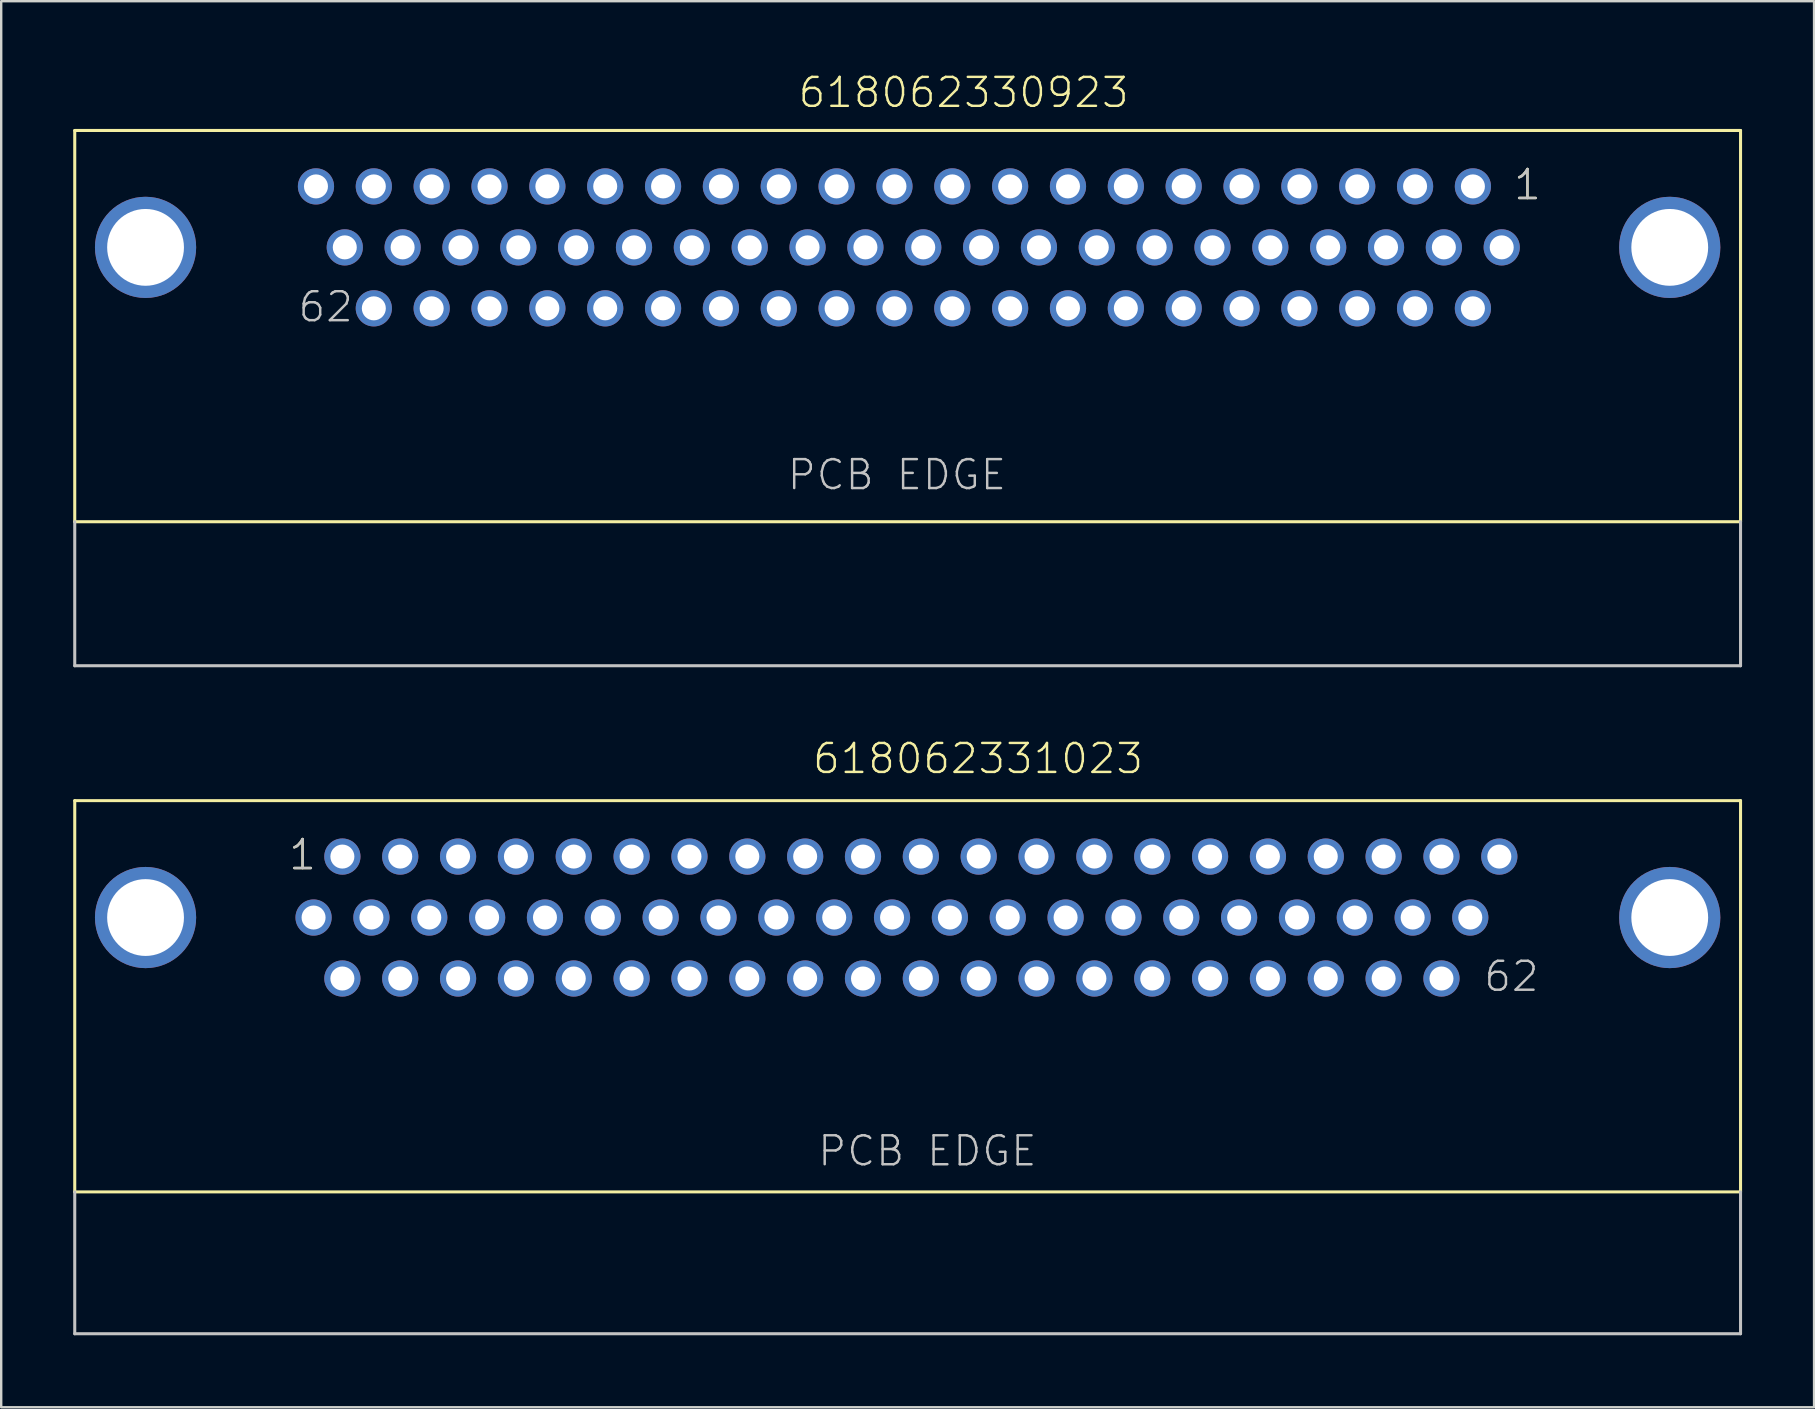
<source format=kicad_pcb>
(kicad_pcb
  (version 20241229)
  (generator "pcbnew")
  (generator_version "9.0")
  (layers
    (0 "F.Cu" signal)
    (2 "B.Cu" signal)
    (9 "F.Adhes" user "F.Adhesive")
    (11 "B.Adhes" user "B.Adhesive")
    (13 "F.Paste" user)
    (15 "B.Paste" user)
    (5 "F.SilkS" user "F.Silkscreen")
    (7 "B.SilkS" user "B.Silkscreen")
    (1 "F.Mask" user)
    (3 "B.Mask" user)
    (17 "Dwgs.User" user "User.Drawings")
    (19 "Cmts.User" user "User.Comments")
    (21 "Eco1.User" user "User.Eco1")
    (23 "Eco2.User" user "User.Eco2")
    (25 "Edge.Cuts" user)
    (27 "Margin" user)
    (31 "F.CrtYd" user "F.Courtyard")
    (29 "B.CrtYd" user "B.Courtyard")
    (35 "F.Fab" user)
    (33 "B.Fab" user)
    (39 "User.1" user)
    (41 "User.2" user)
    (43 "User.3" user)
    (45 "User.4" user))
  (footprint "618062330923"
    (layer "F.Cu")
    (at 34.764 7.256)
    (property "Reference" "618062330923" (at -4.625 -5.745 0) (layer "F.SilkS") (effects (font (size 1.206 1.206) (thickness 0.102)) (justify left bottom)))
    (attr through_hole)
    (fp_line (start -34.7 -4.87) (end 34.7 -4.87) (stroke (width 0.127) (type solid)) (layer "F.SilkS"))
    (fp_line (start -34.7 11.43) (end -34.7 -4.87) (stroke (width 0.127) (type solid)) (layer "F.SilkS"))
    (fp_line (start 34.7 -4.87) (end 34.7 11.43) (stroke (width 0.127) (type solid)) (layer "F.SilkS"))
    (fp_line (start 34.7 11.43) (end -34.7 11.43) (stroke (width 0.127) (type solid)) (layer "F.SilkS"))
    (fp_line (start -34.7 17.43) (end -34.7 11.43) (stroke (width 0.127) (type solid)) (layer "Dwgs.User"))
    (fp_line (start 34.7 11.43) (end 34.7 17.43) (stroke (width 0.127) (type solid)) (layer "Dwgs.User"))
    (fp_line (start 34.7 17.43) (end -34.7 17.43) (stroke (width 0.127) (type solid)) (layer "Dwgs.User"))
    (fp_text user "1" (at 25.18 -1.905 0) (layer "F.SilkS") (effects (font (size 1.206 1.206) (thickness 0.102)) (justify left bottom)))
    (fp_text user "62" (at -25.46 3.185 0) (layer "Dwgs.User") (effects (font (size 1.206 1.206) (thickness 0.102)) (justify left bottom)))
    (fp_text user "1" (at 25.18 -1.905 0) (layer "Dwgs.User") (effects (font (size 1.206 1.206) (thickness 0.102)) (justify left bottom)))
    (fp_text user "PCB EDGE" (at -5.08 10.18 0) (layer "Dwgs.User") (effects (font (size 1.206 1.206) (thickness 0.102)) (justify left bottom)))
    (pad "1" thru_hole circle (at 23.55 -2.54) (size 1.508 1.508) (drill 1) (layers "*.Cu" "*.Mask"))
    (pad "2" thru_hole circle (at 21.14 -2.54) (size 1.508 1.508) (drill 1) (layers "*.Cu" "*.Mask"))
    (pad "3" thru_hole circle (at 18.73 -2.54) (size 1.508 1.508) (drill 1) (layers "*.Cu" "*.Mask"))
    (pad "4" thru_hole circle (at 16.32 -2.54) (size 1.508 1.508) (drill 1) (layers "*.Cu" "*.Mask"))
    (pad "5" thru_hole circle (at 13.91 -2.54) (size 1.508 1.508) (drill 1) (layers "*.Cu" "*.Mask"))
    (pad "6" thru_hole circle (at 11.5 -2.54) (size 1.508 1.508) (drill 1) (layers "*.Cu" "*.Mask"))
    (pad "7" thru_hole circle (at 9.09 -2.54) (size 1.508 1.508) (drill 1) (layers "*.Cu" "*.Mask"))
    (pad "8" thru_hole circle (at 6.68 -2.54) (size 1.508 1.508) (drill 1) (layers "*.Cu" "*.Mask"))
    (pad "9" thru_hole circle (at 4.27 -2.54) (size 1.508 1.508) (drill 1) (layers "*.Cu" "*.Mask"))
    (pad "10" thru_hole circle (at 1.86 -2.54) (size 1.508 1.508) (drill 1) (layers "*.Cu" "*.Mask"))
    (pad "11" thru_hole circle (at -0.55 -2.54) (size 1.508 1.508) (drill 1) (layers "*.Cu" "*.Mask"))
    (pad "12" thru_hole circle (at -2.96 -2.54) (size 1.508 1.508) (drill 1) (layers "*.Cu" "*.Mask"))
    (pad "13" thru_hole circle (at -5.37 -2.54) (size 1.508 1.508) (drill 1) (layers "*.Cu" "*.Mask"))
    (pad "14" thru_hole circle (at -7.78 -2.54) (size 1.508 1.508) (drill 1) (layers "*.Cu" "*.Mask"))
    (pad "15" thru_hole circle (at -10.19 -2.54) (size 1.508 1.508) (drill 1) (layers "*.Cu" "*.Mask"))
    (pad "16" thru_hole circle (at -12.6 -2.54) (size 1.508 1.508) (drill 1) (layers "*.Cu" "*.Mask"))
    (pad "17" thru_hole circle (at -15.01 -2.54) (size 1.508 1.508) (drill 1) (layers "*.Cu" "*.Mask"))
    (pad "18" thru_hole circle (at -17.42 -2.54) (size 1.508 1.508) (drill 1) (layers "*.Cu" "*.Mask"))
    (pad "19" thru_hole circle (at -19.83 -2.54) (size 1.508 1.508) (drill 1) (layers "*.Cu" "*.Mask"))
    (pad "20" thru_hole circle (at -22.24 -2.54) (size 1.508 1.508) (drill 1) (layers "*.Cu" "*.Mask"))
    (pad "21" thru_hole circle (at -24.65 -2.54) (size 1.508 1.508) (drill 1) (layers "*.Cu" "*.Mask"))
    (pad "22" thru_hole circle (at 24.75 0) (size 1.508 1.508) (drill 1) (layers "*.Cu" "*.Mask"))
    (pad "23" thru_hole circle (at 22.34 0) (size 1.508 1.508) (drill 1) (layers "*.Cu" "*.Mask"))
    (pad "24" thru_hole circle (at 19.93 0) (size 1.508 1.508) (drill 1) (layers "*.Cu" "*.Mask"))
    (pad "25" thru_hole circle (at 17.52 0) (size 1.508 1.508) (drill 1) (layers "*.Cu" "*.Mask"))
    (pad "26" thru_hole circle (at 15.11 0) (size 1.508 1.508) (drill 1) (layers "*.Cu" "*.Mask"))
    (pad "27" thru_hole circle (at 12.7 0) (size 1.508 1.508) (drill 1) (layers "*.Cu" "*.Mask"))
    (pad "28" thru_hole circle (at 10.29 0) (size 1.508 1.508) (drill 1) (layers "*.Cu" "*.Mask"))
    (pad "29" thru_hole circle (at 7.88 0) (size 1.508 1.508) (drill 1) (layers "*.Cu" "*.Mask"))
    (pad "30" thru_hole circle (at 5.47 0) (size 1.508 1.508) (drill 1) (layers "*.Cu" "*.Mask"))
    (pad "31" thru_hole circle (at 3.06 0) (size 1.508 1.508) (drill 1) (layers "*.Cu" "*.Mask"))
    (pad "32" thru_hole circle (at 0.65 0) (size 1.508 1.508) (drill 1) (layers "*.Cu" "*.Mask"))
    (pad "33" thru_hole circle (at -1.76 0) (size 1.508 1.508) (drill 1) (layers "*.Cu" "*.Mask"))
    (pad "34" thru_hole circle (at -4.17 0) (size 1.508 1.508) (drill 1) (layers "*.Cu" "*.Mask"))
    (pad "35" thru_hole circle (at -6.58 0) (size 1.508 1.508) (drill 1) (layers "*.Cu" "*.Mask"))
    (pad "36" thru_hole circle (at -8.99 0) (size 1.508 1.508) (drill 1) (layers "*.Cu" "*.Mask"))
    (pad "37" thru_hole circle (at -11.4 0) (size 1.508 1.508) (drill 1) (layers "*.Cu" "*.Mask"))
    (pad "38" thru_hole circle (at -13.81 0) (size 1.508 1.508) (drill 1) (layers "*.Cu" "*.Mask"))
    (pad "39" thru_hole circle (at -16.22 0) (size 1.508 1.508) (drill 1) (layers "*.Cu" "*.Mask"))
    (pad "40" thru_hole circle (at -18.63 0) (size 1.508 1.508) (drill 1) (layers "*.Cu" "*.Mask"))
    (pad "41" thru_hole circle (at -21.04 0) (size 1.508 1.508) (drill 1) (layers "*.Cu" "*.Mask"))
    (pad "42" thru_hole circle (at -23.45 0) (size 1.508 1.508) (drill 1) (layers "*.Cu" "*.Mask"))
    (pad "43" thru_hole circle (at 23.55 2.54) (size 1.508 1.508) (drill 1) (layers "*.Cu" "*.Mask"))
    (pad "44" thru_hole circle (at 21.14 2.54) (size 1.508 1.508) (drill 1) (layers "*.Cu" "*.Mask"))
    (pad "45" thru_hole circle (at 18.73 2.54) (size 1.508 1.508) (drill 1) (layers "*.Cu" "*.Mask"))
    (pad "46" thru_hole circle (at 16.32 2.54) (size 1.508 1.508) (drill 1) (layers "*.Cu" "*.Mask"))
    (pad "47" thru_hole circle (at 13.91 2.54) (size 1.508 1.508) (drill 1) (layers "*.Cu" "*.Mask"))
    (pad "48" thru_hole circle (at 11.5 2.54) (size 1.508 1.508) (drill 1) (layers "*.Cu" "*.Mask"))
    (pad "49" thru_hole circle (at 9.09 2.54) (size 1.508 1.508) (drill 1) (layers "*.Cu" "*.Mask"))
    (pad "50" thru_hole circle (at 6.68 2.54) (size 1.508 1.508) (drill 1) (layers "*.Cu" "*.Mask"))
    (pad "51" thru_hole circle (at 4.27 2.54) (size 1.508 1.508) (drill 1) (layers "*.Cu" "*.Mask"))
    (pad "52" thru_hole circle (at 1.86 2.54) (size 1.508 1.508) (drill 1) (layers "*.Cu" "*.Mask"))
    (pad "53" thru_hole circle (at -0.55 2.54) (size 1.508 1.508) (drill 1) (layers "*.Cu" "*.Mask"))
    (pad "54" thru_hole circle (at -2.96 2.54) (size 1.508 1.508) (drill 1) (layers "*.Cu" "*.Mask"))
    (pad "55" thru_hole circle (at -5.37 2.54) (size 1.508 1.508) (drill 1) (layers "*.Cu" "*.Mask"))
    (pad "56" thru_hole circle (at -7.78 2.54) (size 1.508 1.508) (drill 1) (layers "*.Cu" "*.Mask"))
    (pad "57" thru_hole circle (at -10.19 2.54) (size 1.508 1.508) (drill 1) (layers "*.Cu" "*.Mask"))
    (pad "58" thru_hole circle (at -12.6 2.54) (size 1.508 1.508) (drill 1) (layers "*.Cu" "*.Mask"))
    (pad "59" thru_hole circle (at -15.01 2.54) (size 1.508 1.508) (drill 1) (layers "*.Cu" "*.Mask"))
    (pad "60" thru_hole circle (at -17.42 2.54) (size 1.508 1.508) (drill 1) (layers "*.Cu" "*.Mask"))
    (pad "61" thru_hole circle (at -19.83 2.54) (size 1.508 1.508) (drill 1) (layers "*.Cu" "*.Mask"))
    (pad "62" thru_hole circle (at -22.24 2.54) (size 1.508 1.508) (drill 1) (layers "*.Cu" "*.Mask"))
    (pad "SHEL" thru_hole circle (at -31.75 0) (size 4.216 4.216) (drill 3.2) (layers "*.Cu" "*.Mask"))
    (pad "SHEL" thru_hole circle (at 31.75 0) (size 4.216 4.216) (drill 3.2) (layers "*.Cu" "*.Mask")))
  (footprint "618062331023"
    (layer "F.Cu")
    (at 34.764 35.176)
    (property "Reference" "618062331023" (at -4.025 -5.915 0) (layer "F.SilkS") (effects (font (size 1.206 1.206) (thickness 0.102)) (justify left bottom)))
    (attr through_hole)
    (fp_line (start -34.7 -4.87) (end 34.7 -4.87) (stroke (width 0.127) (type solid)) (layer "F.SilkS"))
    (fp_line (start -34.7 11.43) (end -34.7 -4.87) (stroke (width 0.127) (type solid)) (layer "F.SilkS"))
    (fp_line (start 34.7 -4.87) (end 34.7 11.43) (stroke (width 0.127) (type solid)) (layer "F.SilkS"))
    (fp_line (start 34.7 11.43) (end -34.7 11.43) (stroke (width 0.127) (type solid)) (layer "F.SilkS"))
    (fp_line (start -34.7 17.34) (end -34.7 11.43) (stroke (width 0.127) (type solid)) (layer "Dwgs.User"))
    (fp_line (start 34.7 11.43) (end 34.7 17.34) (stroke (width 0.127) (type solid)) (layer "Dwgs.User"))
    (fp_line (start 34.7 17.34) (end -34.7 17.34) (stroke (width 0.127) (type solid)) (layer "Dwgs.User"))
    (fp_text user "1" (at -25.85 -1.91 0) (layer "F.SilkS") (effects (font (size 1.206 1.206) (thickness 0.102)) (justify left bottom)))
    (fp_text user "62" (at 23.94 3.16 0) (layer "Dwgs.User") (effects (font (size 1.206 1.206) (thickness 0.102)) (justify left bottom)))
    (fp_text user "1" (at -25.85 -1.91 0) (layer "Dwgs.User") (effects (font (size 1.206 1.206) (thickness 0.102)) (justify left bottom)))
    (fp_text user "PCB EDGE" (at -3.81 10.43 0) (layer "Dwgs.User") (effects (font (size 1.206 1.206) (thickness 0.102)) (justify left bottom)))
    (pad "1" thru_hole circle (at -23.55 -2.54) (size 1.508 1.508) (drill 1) (layers "*.Cu" "*.Mask"))
    (pad "2" thru_hole circle (at -21.14 -2.54) (size 1.508 1.508) (drill 1) (layers "*.Cu" "*.Mask"))
    (pad "3" thru_hole circle (at -18.73 -2.54) (size 1.508 1.508) (drill 1) (layers "*.Cu" "*.Mask"))
    (pad "4" thru_hole circle (at -16.32 -2.54) (size 1.508 1.508) (drill 1) (layers "*.Cu" "*.Mask"))
    (pad "5" thru_hole circle (at -13.91 -2.54) (size 1.508 1.508) (drill 1) (layers "*.Cu" "*.Mask"))
    (pad "6" thru_hole circle (at -11.5 -2.54) (size 1.508 1.508) (drill 1) (layers "*.Cu" "*.Mask"))
    (pad "7" thru_hole circle (at -9.09 -2.54) (size 1.508 1.508) (drill 1) (layers "*.Cu" "*.Mask"))
    (pad "8" thru_hole circle (at -6.68 -2.54) (size 1.508 1.508) (drill 1) (layers "*.Cu" "*.Mask"))
    (pad "9" thru_hole circle (at -4.27 -2.54) (size 1.508 1.508) (drill 1) (layers "*.Cu" "*.Mask"))
    (pad "10" thru_hole circle (at -1.86 -2.54) (size 1.508 1.508) (drill 1) (layers "*.Cu" "*.Mask"))
    (pad "11" thru_hole circle (at 0.55 -2.54) (size 1.508 1.508) (drill 1) (layers "*.Cu" "*.Mask"))
    (pad "12" thru_hole circle (at 2.96 -2.54) (size 1.508 1.508) (drill 1) (layers "*.Cu" "*.Mask"))
    (pad "13" thru_hole circle (at 5.37 -2.54) (size 1.508 1.508) (drill 1) (layers "*.Cu" "*.Mask"))
    (pad "14" thru_hole circle (at 7.78 -2.54) (size 1.508 1.508) (drill 1) (layers "*.Cu" "*.Mask"))
    (pad "15" thru_hole circle (at 10.19 -2.54) (size 1.508 1.508) (drill 1) (layers "*.Cu" "*.Mask"))
    (pad "16" thru_hole circle (at 12.6 -2.54) (size 1.508 1.508) (drill 1) (layers "*.Cu" "*.Mask"))
    (pad "17" thru_hole circle (at 15.01 -2.54) (size 1.508 1.508) (drill 1) (layers "*.Cu" "*.Mask"))
    (pad "18" thru_hole circle (at 17.42 -2.54) (size 1.508 1.508) (drill 1) (layers "*.Cu" "*.Mask"))
    (pad "19" thru_hole circle (at 19.83 -2.54) (size 1.508 1.508) (drill 1) (layers "*.Cu" "*.Mask"))
    (pad "20" thru_hole circle (at 22.24 -2.54) (size 1.508 1.508) (drill 1) (layers "*.Cu" "*.Mask"))
    (pad "21" thru_hole circle (at 24.65 -2.54) (size 1.508 1.508) (drill 1) (layers "*.Cu" "*.Mask"))
    (pad "22" thru_hole circle (at -24.75 0) (size 1.508 1.508) (drill 1) (layers "*.Cu" "*.Mask"))
    (pad "23" thru_hole circle (at -22.34 0) (size 1.508 1.508) (drill 1) (layers "*.Cu" "*.Mask"))
    (pad "24" thru_hole circle (at -19.93 0) (size 1.508 1.508) (drill 1) (layers "*.Cu" "*.Mask"))
    (pad "25" thru_hole circle (at -17.52 0) (size 1.508 1.508) (drill 1) (layers "*.Cu" "*.Mask"))
    (pad "26" thru_hole circle (at -15.11 0) (size 1.508 1.508) (drill 1) (layers "*.Cu" "*.Mask"))
    (pad "27" thru_hole circle (at -12.7 0) (size 1.508 1.508) (drill 1) (layers "*.Cu" "*.Mask"))
    (pad "28" thru_hole circle (at -10.29 0) (size 1.508 1.508) (drill 1) (layers "*.Cu" "*.Mask"))
    (pad "29" thru_hole circle (at -7.88 0) (size 1.508 1.508) (drill 1) (layers "*.Cu" "*.Mask"))
    (pad "30" thru_hole circle (at -5.47 0) (size 1.508 1.508) (drill 1) (layers "*.Cu" "*.Mask"))
    (pad "31" thru_hole circle (at -3.06 0) (size 1.508 1.508) (drill 1) (layers "*.Cu" "*.Mask"))
    (pad "32" thru_hole circle (at -0.65 0) (size 1.508 1.508) (drill 1) (layers "*.Cu" "*.Mask"))
    (pad "33" thru_hole circle (at 1.76 0) (size 1.508 1.508) (drill 1) (layers "*.Cu" "*.Mask"))
    (pad "34" thru_hole circle (at 4.17 0) (size 1.508 1.508) (drill 1) (layers "*.Cu" "*.Mask"))
    (pad "35" thru_hole circle (at 6.58 0) (size 1.508 1.508) (drill 1) (layers "*.Cu" "*.Mask"))
    (pad "36" thru_hole circle (at 8.99 0) (size 1.508 1.508) (drill 1) (layers "*.Cu" "*.Mask"))
    (pad "37" thru_hole circle (at 11.4 0) (size 1.508 1.508) (drill 1) (layers "*.Cu" "*.Mask"))
    (pad "38" thru_hole circle (at 13.81 0) (size 1.508 1.508) (drill 1) (layers "*.Cu" "*.Mask"))
    (pad "39" thru_hole circle (at 16.22 0) (size 1.508 1.508) (drill 1) (layers "*.Cu" "*.Mask"))
    (pad "40" thru_hole circle (at 18.63 0) (size 1.508 1.508) (drill 1) (layers "*.Cu" "*.Mask"))
    (pad "41" thru_hole circle (at 21.04 0) (size 1.508 1.508) (drill 1) (layers "*.Cu" "*.Mask"))
    (pad "42" thru_hole circle (at 23.44 0) (size 1.508 1.508) (drill 1) (layers "*.Cu" "*.Mask"))
    (pad "43" thru_hole circle (at -23.55 2.54) (size 1.508 1.508) (drill 1) (layers "*.Cu" "*.Mask"))
    (pad "44" thru_hole circle (at -21.14 2.54) (size 1.508 1.508) (drill 1) (layers "*.Cu" "*.Mask"))
    (pad "45" thru_hole circle (at -18.73 2.54) (size 1.508 1.508) (drill 1) (layers "*.Cu" "*.Mask"))
    (pad "46" thru_hole circle (at -16.32 2.54) (size 1.508 1.508) (drill 1) (layers "*.Cu" "*.Mask"))
    (pad "47" thru_hole circle (at -13.91 2.54) (size 1.508 1.508) (drill 1) (layers "*.Cu" "*.Mask"))
    (pad "48" thru_hole circle (at -11.5 2.54) (size 1.508 1.508) (drill 1) (layers "*.Cu" "*.Mask"))
    (pad "49" thru_hole circle (at -9.09 2.54) (size 1.508 1.508) (drill 1) (layers "*.Cu" "*.Mask"))
    (pad "50" thru_hole circle (at -6.68 2.54) (size 1.508 1.508) (drill 1) (layers "*.Cu" "*.Mask"))
    (pad "51" thru_hole circle (at -4.27 2.54) (size 1.508 1.508) (drill 1) (layers "*.Cu" "*.Mask"))
    (pad "52" thru_hole circle (at -1.86 2.54) (size 1.508 1.508) (drill 1) (layers "*.Cu" "*.Mask"))
    (pad "53" thru_hole circle (at 0.55 2.54) (size 1.508 1.508) (drill 1) (layers "*.Cu" "*.Mask"))
    (pad "54" thru_hole circle (at 2.96 2.54) (size 1.508 1.508) (drill 1) (layers "*.Cu" "*.Mask"))
    (pad "55" thru_hole circle (at 5.37 2.54) (size 1.508 1.508) (drill 1) (layers "*.Cu" "*.Mask"))
    (pad "56" thru_hole circle (at 7.78 2.54) (size 1.508 1.508) (drill 1) (layers "*.Cu" "*.Mask"))
    (pad "57" thru_hole circle (at 10.19 2.54) (size 1.508 1.508) (drill 1) (layers "*.Cu" "*.Mask"))
    (pad "58" thru_hole circle (at 12.6 2.54) (size 1.508 1.508) (drill 1) (layers "*.Cu" "*.Mask"))
    (pad "59" thru_hole circle (at 15.01 2.54) (size 1.508 1.508) (drill 1) (layers "*.Cu" "*.Mask"))
    (pad "60" thru_hole circle (at 17.42 2.54) (size 1.508 1.508) (drill 1) (layers "*.Cu" "*.Mask"))
    (pad "61" thru_hole circle (at 19.83 2.54) (size 1.508 1.508) (drill 1) (layers "*.Cu" "*.Mask"))
    (pad "62" thru_hole circle (at 22.24 2.54) (size 1.508 1.508) (drill 1) (layers "*.Cu" "*.Mask"))
    (pad "SHEL" thru_hole circle (at -31.75 0) (size 4.216 4.216) (drill 3.2) (layers "*.Cu" "*.Mask"))
    (pad "SHEL" thru_hole circle (at 31.75 0) (size 4.216 4.216) (drill 3.2) (layers "*.Cu" "*.Mask")))
  (gr_rect
    (start -3 -3)
    (end 72.527 55.58)
    (stroke (width 0.1) (type default))
    (fill no)
    (layer "Edge.Cuts")))
</source>
